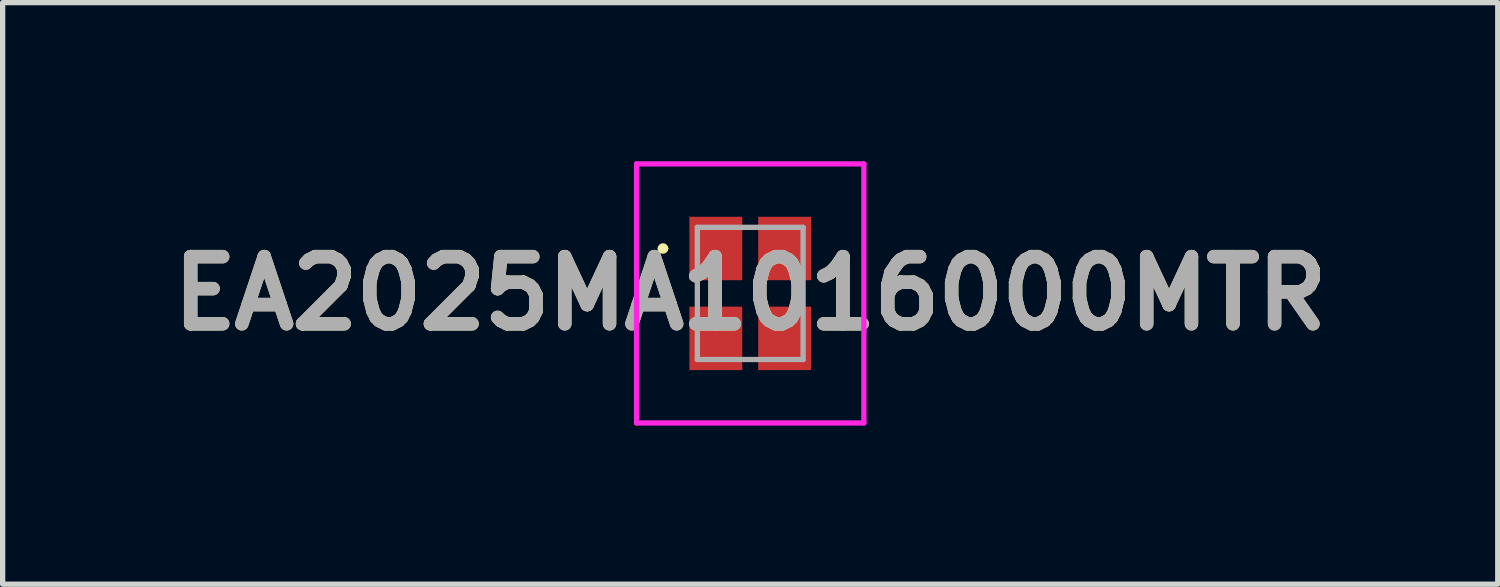
<source format=kicad_pcb>
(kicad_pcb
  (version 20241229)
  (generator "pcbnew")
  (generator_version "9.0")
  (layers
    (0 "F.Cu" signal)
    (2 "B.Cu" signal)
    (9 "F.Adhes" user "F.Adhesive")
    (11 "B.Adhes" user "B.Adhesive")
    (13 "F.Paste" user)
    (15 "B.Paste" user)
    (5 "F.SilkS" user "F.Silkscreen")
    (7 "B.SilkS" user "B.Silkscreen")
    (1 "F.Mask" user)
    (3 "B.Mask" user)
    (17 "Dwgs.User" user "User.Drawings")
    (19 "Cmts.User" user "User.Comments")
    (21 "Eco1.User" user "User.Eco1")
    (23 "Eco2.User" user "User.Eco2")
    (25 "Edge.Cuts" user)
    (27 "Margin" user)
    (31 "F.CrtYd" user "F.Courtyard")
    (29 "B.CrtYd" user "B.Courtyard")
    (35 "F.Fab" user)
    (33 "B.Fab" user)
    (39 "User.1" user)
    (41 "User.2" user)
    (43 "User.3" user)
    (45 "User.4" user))
  (footprint "EA2025MA1016000MTR"
    (layer "F.Cu")
    (at 11.14 2.5)
    (property "Reference" "EA2025MA1016000MTR" (at 0 0 0) (layer "F.SilkS") (effects (font (size 1.27 1.27) (thickness 0.254))))
    (attr smd)
    (fp_line (start -1.7 -0.85) (end -1.7 -0.85) (stroke (width 0.1) (type solid)) (layer "F.SilkS"))
    (fp_line (start -1.6 -0.85) (end -1.6 -0.85) (stroke (width 0.1) (type solid)) (layer "F.SilkS"))
    (fp_arc (start -1.7 -0.85) (mid -1.65 -0.9) (end -1.6 -0.85) (stroke (width 0.1) (type solid)) (layer "F.SilkS"))
    (fp_arc (start -1.6 -0.85) (mid -1.65 -0.8) (end -1.7 -0.85) (stroke (width 0.1) (type solid)) (layer "F.SilkS"))
    (fp_line (start -2.15 -2.45) (end 2.15 -2.45) (stroke (width 0.1) (type solid)) (layer "F.CrtYd"))
    (fp_line (start -2.15 2.45) (end -2.15 -2.45) (stroke (width 0.1) (type solid)) (layer "F.CrtYd"))
    (fp_line (start 2.15 -2.45) (end 2.15 2.45) (stroke (width 0.1) (type solid)) (layer "F.CrtYd"))
    (fp_line (start 2.15 2.45) (end -2.15 2.45) (stroke (width 0.1) (type solid)) (layer "F.CrtYd"))
    (fp_line (start -1 -1.25) (end 1 -1.25) (stroke (width 0.1) (type solid)) (layer "F.Fab"))
    (fp_line (start -1 1.25) (end -1 -1.25) (stroke (width 0.1) (type solid)) (layer "F.Fab"))
    (fp_line (start 1 -1.25) (end 1 1.25) (stroke (width 0.1) (type solid)) (layer "F.Fab"))
    (fp_line (start 1 1.25) (end -1 1.25) (stroke (width 0.1) (type solid)) (layer "F.Fab"))
    (fp_text user "${REFERENCE}" (at 0 0 0) (layer "F.Fab") (effects (font (size 1.27 1.27) (thickness 0.254))))
    (pad "1" smd rect (at -0.65 -0.85) (size 1 1.2) (layers "F.Cu" "F.Mask" "F.Paste"))
    (pad "2" smd rect (at -0.65 0.85) (size 1 1.2) (layers "F.Cu" "F.Mask" "F.Paste"))
    (pad "3" smd rect (at 0.65 0.85) (size 1 1.2) (layers "F.Cu" "F.Mask" "F.Paste"))
    (pad "4" smd rect (at 0.65 -0.85) (size 1 1.2) (layers "F.Cu" "F.Mask" "F.Paste")))
  (gr_rect
    (start -3 -3)
    (end 25.279 8)
    (stroke (width 0.1) (type default))
    (fill no)
    (layer "Edge.Cuts")))
</source>
